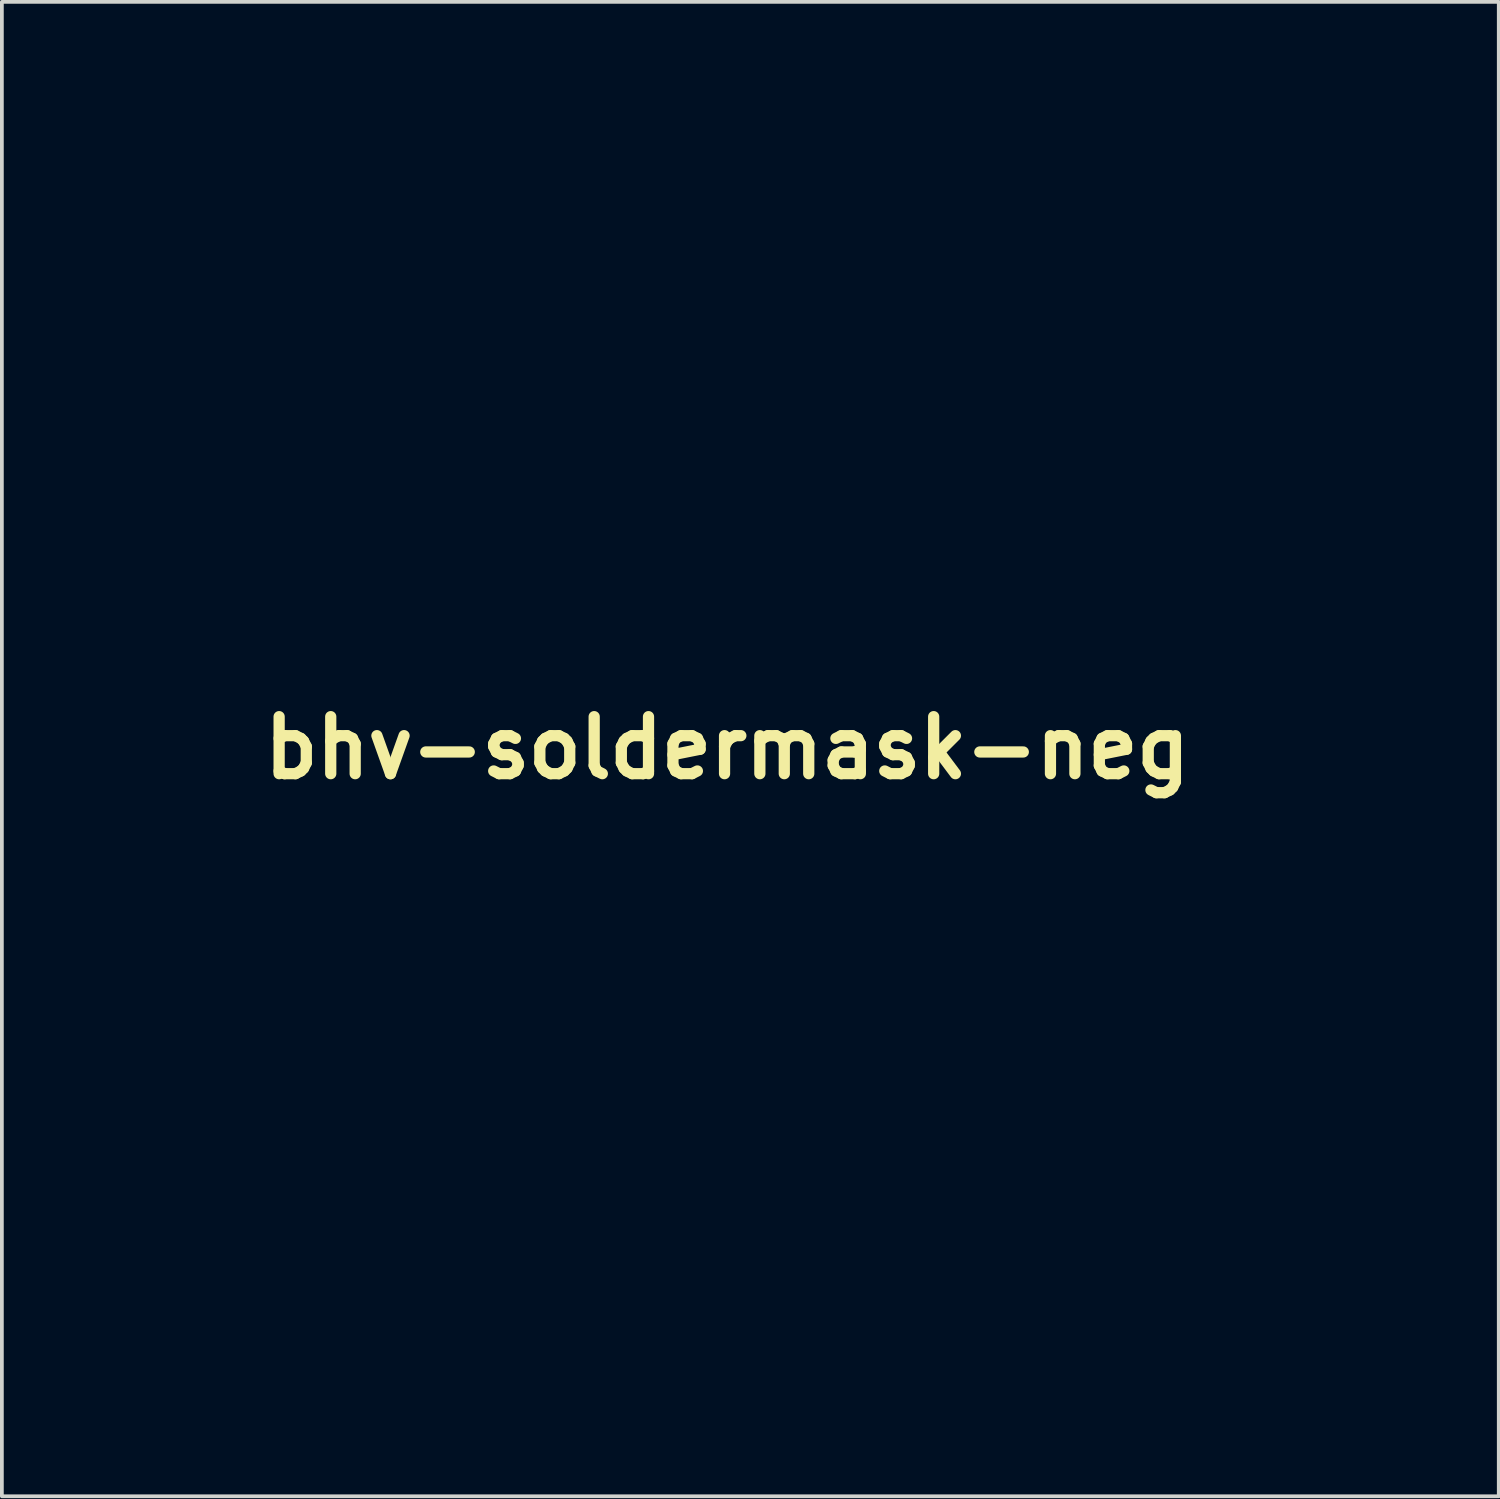
<source format=kicad_pcb>
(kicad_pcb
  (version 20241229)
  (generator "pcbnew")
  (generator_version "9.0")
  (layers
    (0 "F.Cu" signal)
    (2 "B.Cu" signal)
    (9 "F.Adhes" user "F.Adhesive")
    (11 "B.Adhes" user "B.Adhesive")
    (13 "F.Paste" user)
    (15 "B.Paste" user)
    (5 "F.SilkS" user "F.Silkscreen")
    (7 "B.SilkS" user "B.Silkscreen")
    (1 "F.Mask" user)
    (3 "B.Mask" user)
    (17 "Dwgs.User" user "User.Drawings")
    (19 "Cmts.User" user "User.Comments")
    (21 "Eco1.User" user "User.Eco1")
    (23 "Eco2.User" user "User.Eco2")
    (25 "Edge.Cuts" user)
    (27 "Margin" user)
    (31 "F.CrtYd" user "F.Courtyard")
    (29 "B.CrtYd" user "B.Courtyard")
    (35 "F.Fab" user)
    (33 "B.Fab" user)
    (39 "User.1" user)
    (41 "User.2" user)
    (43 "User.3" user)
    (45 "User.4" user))
  (footprint "bhv-soldermask-neg"
    (layer "F.Cu")
    (at 16.383 16.934)
    (property "Reference" "bhv-soldermask-neg" (at 0 0 0) (layer "F.SilkS") (effects (font (size 1.524 1.524) (thickness 0.3))))
    (attr through_hole)
    (fp_poly (pts (xy -12.579 4.353) (xy -12.536 4.446) (xy -12.532 4.496) (xy -12.606 4.536) (xy -12.804 4.613) (xy -13.089 4.716) (xy -13.422 4.831) (xy -13.767 4.946) (xy -14.085 5.048) (xy -14.34 5.124) (xy -14.493 5.163) (xy -14.512 5.165) (xy -14.587 5.098) (xy -14.618 5.034) (xy -14.646 4.905) (xy -14.637 4.874) (xy -14.548 4.838) (xy -14.33 4.764) (xy -14.016 4.662) (xy -13.638 4.542) (xy -13.635 4.541) (xy -13.191 4.408) (xy -12.883 4.333) (xy -12.686 4.315) (xy -12.579 4.353)) (stroke (width 0.01) (type solid)) (fill yes) (layer "F.Mask"))
    (fp_poly (pts (xy -7.703 11.177) (xy -7.69 11.184) (xy -7.635 11.23) (xy -7.628 11.303) (xy -7.681 11.425) (xy -7.808 11.621) (xy -8.021 11.914) (xy -8.184 12.132) (xy -8.429 12.459) (xy -8.635 12.733) (xy -8.781 12.928) (xy -8.848 13.017) (xy -8.849 13.02) (xy -8.908 12.984) (xy -8.97 12.917) (xy -8.999 12.842) (xy -8.971 12.726) (xy -8.875 12.546) (xy -8.698 12.279) (xy -8.46 11.946) (xy -8.197 11.59) (xy -8.01 11.354) (xy -7.878 11.22) (xy -7.782 11.167) (xy -7.703 11.177)) (stroke (width 0.01) (type solid)) (fill yes) (layer "F.Mask"))
    (fp_poly (pts (xy 10.006 -12.827) (xy 10.064 -12.793) (xy 10.092 -12.73) (xy 10.049 -12.603) (xy 9.926 -12.393) (xy 9.712 -12.081) (xy 9.556 -11.866) (xy 9.316 -11.541) (xy 9.11 -11.272) (xy 8.961 -11.087) (xy 8.888 -11.01) (xy 8.886 -11.009) (xy 8.793 -11.058) (xy 8.745 -11.101) (xy 8.733 -11.186) (xy 8.804 -11.351) (xy 8.965 -11.612) (xy 9.226 -11.985) (xy 9.258 -12.029) (xy 9.494 -12.35) (xy 9.694 -12.614) (xy 9.838 -12.795) (xy 9.905 -12.865) (xy 9.906 -12.866) (xy 10.006 -12.827)) (stroke (width 0.01) (type solid)) (fill yes) (layer "F.Mask"))
    (fp_poly (pts (xy 15.713 -5.049) (xy 15.747 -4.996) (xy 15.768 -4.927) (xy 15.733 -4.863) (xy 15.618 -4.793) (xy 15.401 -4.703) (xy 15.058 -4.582) (xy 14.816 -4.501) (xy 14.395 -4.362) (xy 14.106 -4.273) (xy 13.922 -4.231) (xy 13.813 -4.23) (xy 13.751 -4.265) (xy 13.717 -4.317) (xy 13.696 -4.386) (xy 13.731 -4.45) (xy 13.846 -4.52) (xy 14.063 -4.61) (xy 14.406 -4.731) (xy 14.648 -4.813) (xy 15.069 -4.952) (xy 15.358 -5.04) (xy 15.542 -5.083) (xy 15.651 -5.084) (xy 15.713 -5.049)) (stroke (width 0.01) (type solid)) (fill yes) (layer "F.Mask"))
    (fp_poly (pts (xy 14.694 1.795) (xy 15.015 1.831) (xy 15.475 1.895) (xy 15.536 1.904) (xy 15.898 1.956) (xy 16.194 1.997) (xy 16.387 2.023) (xy 16.439 2.029) (xy 16.465 2.1) (xy 16.45 2.201) (xy 16.404 2.299) (xy 16.309 2.348) (xy 16.131 2.352) (xy 15.835 2.315) (xy 15.663 2.287) (xy 15.35 2.239) (xy 14.98 2.188) (xy 14.796 2.164) (xy 14.515 2.12) (xy 14.366 2.065) (xy 14.312 1.983) (xy 14.309 1.941) (xy 14.32 1.859) (xy 14.372 1.808) (xy 14.488 1.787) (xy 14.694 1.795)) (stroke (width 0.01) (type solid)) (fill yes) (layer "F.Mask"))
    (fp_poly (pts (xy 14.922 4.224) (xy 15.36 4.364) (xy 15.656 4.474) (xy 15.831 4.562) (xy 15.908 4.641) (xy 15.917 4.678) (xy 15.895 4.769) (xy 15.815 4.81) (xy 15.652 4.799) (xy 15.383 4.734) (xy 14.986 4.611) (xy 14.859 4.57) (xy 14.529 4.462) (xy 14.269 4.377) (xy 14.113 4.328) (xy 14.085 4.319) (xy 14.058 4.389) (xy 14.018 4.535) (xy 13.929 4.702) (xy 13.819 4.723) (xy 13.716 4.641) (xy 13.719 4.451) (xy 13.829 4.142) (xy 13.83 4.139) (xy 13.928 3.918) (xy 14.922 4.224)) (stroke (width 0.01) (type solid)) (fill yes) (layer "F.Mask"))
    (fp_poly (pts (xy -15.05 -2.333) (xy -14.876 -2.302) (xy -14.591 -2.259) (xy -14.25 -2.21) (xy -14.182 -2.201) (xy -13.744 -2.141) (xy -13.447 -2.093) (xy -13.263 -2.047) (xy -13.166 -1.996) (xy -13.129 -1.929) (xy -13.123 -1.861) (xy -13.125 -1.788) (xy -13.148 -1.74) (xy -13.216 -1.717) (xy -13.356 -1.718) (xy -13.594 -1.743) (xy -13.954 -1.793) (xy -14.33 -1.846) (xy -14.73 -1.906) (xy -14.992 -1.954) (xy -15.145 -2.001) (xy -15.217 -2.059) (xy -15.239 -2.137) (xy -15.24 -2.175) (xy -15.21 -2.32) (xy -15.09 -2.34) (xy -15.05 -2.333)) (stroke (width 0.01) (type solid)) (fill yes) (layer "F.Mask"))
    (fp_poly (pts (xy -14.435 -4.737) (xy -14.145 -4.67) (xy -13.799 -4.567) (xy -13.371 -4.44) (xy -13.077 -4.375) (xy -12.897 -4.371) (xy -12.807 -4.426) (xy -12.785 -4.527) (xy -12.713 -4.633) (xy -12.606 -4.657) (xy -12.478 -4.624) (xy -12.485 -4.508) (xy -12.546 -4.312) (xy -12.59 -4.128) (xy -12.62 -4.013) (xy -12.673 -3.943) (xy -12.774 -3.92) (xy -12.949 -3.944) (xy -13.223 -4.018) (xy -13.623 -4.143) (xy -13.822 -4.207) (xy -14.184 -4.329) (xy -14.477 -4.437) (xy -14.67 -4.518) (xy -14.731 -4.558) (xy -14.704 -4.681) (xy -14.613 -4.74) (xy -14.435 -4.737)) (stroke (width 0.01) (type solid)) (fill yes) (layer "F.Mask"))
    (fp_poly (pts (xy -12.851 -3.425) (xy -12.841 -3.321) (xy -12.872 -3.119) (xy -12.89 -3.044) (xy -12.948 -2.866) (xy -13.033 -2.76) (xy -13.177 -2.719) (xy -13.411 -2.738) (xy -13.765 -2.811) (xy -13.928 -2.849) (xy -14.388 -2.962) (xy -14.707 -3.047) (xy -14.911 -3.113) (xy -15.022 -3.17) (xy -15.066 -3.226) (xy -15.071 -3.258) (xy -15.03 -3.393) (xy -15.005 -3.418) (xy -14.903 -3.415) (xy -14.68 -3.381) (xy -14.378 -3.325) (xy -14.04 -3.254) (xy -13.71 -3.177) (xy -13.43 -3.104) (xy -13.366 -3.085) (xy -13.241 -3.112) (xy -13.174 -3.257) (xy -13.08 -3.426) (xy -12.943 -3.474) (xy -12.851 -3.425)) (stroke (width 0.01) (type solid)) (fill yes) (layer "F.Mask"))
    (fp_poly (pts (xy 14.313 2.762) (xy 14.546 2.797) (xy 14.875 2.858) (xy 15.265 2.94) (xy 15.694 3.039) (xy 15.982 3.117) (xy 16.154 3.185) (xy 16.237 3.251) (xy 16.256 3.316) (xy 16.247 3.4) (xy 16.201 3.448) (xy 16.092 3.459) (xy 15.89 3.432) (xy 15.57 3.368) (xy 15.278 3.304) (xy 14.89 3.218) (xy 14.638 3.167) (xy 14.491 3.15) (xy 14.419 3.169) (xy 14.391 3.224) (xy 14.378 3.315) (xy 14.378 3.317) (xy 14.309 3.483) (xy 14.197 3.54) (xy 14.096 3.47) (xy 14.072 3.328) (xy 14.09 3.112) (xy 14.137 2.899) (xy 14.2 2.768) (xy 14.21 2.76) (xy 14.313 2.762)) (stroke (width 0.01) (type solid)) (fill yes) (layer "F.Mask"))
    (fp_poly (pts (xy 7.942 11.921) (xy 8.071 12.102) (xy 8.24 12.36) (xy 8.428 12.661) (xy 8.615 12.971) (xy 8.778 13.255) (xy 8.896 13.478) (xy 8.936 13.568) (xy 8.901 13.707) (xy 8.703 13.87) (xy 8.695 13.875) (xy 8.479 14.003) (xy 8.362 14.044) (xy 8.301 14.005) (xy 8.269 13.934) (xy 8.297 13.802) (xy 8.405 13.693) (xy 8.525 13.6) (xy 8.534 13.507) (xy 8.44 13.347) (xy 8.299 13.189) (xy 8.14 13.162) (xy 8.083 13.174) (xy 7.924 13.187) (xy 7.874 13.102) (xy 7.874 13.088) (xy 7.941 12.939) (xy 8.001 12.9) (xy 8.063 12.848) (xy 8.052 12.741) (xy 7.96 12.542) (xy 7.907 12.444) (xy 7.772 12.14) (xy 7.75 11.941) (xy 7.843 11.856) (xy 7.876 11.853) (xy 7.942 11.921)) (stroke (width 0.01) (type solid)) (fill yes) (layer "F.Mask"))
    (fp_poly (pts (xy -11.674 6.621) (xy -11.5 6.84) (xy -11.467 6.899) (xy -11.391 7.064) (xy -11.376 7.199) (xy -11.443 7.326) (xy -11.608 7.468) (xy -11.89 7.65) (xy -12.196 7.829) (xy -12.589 8.045) (xy -12.871 8.165) (xy -13.069 8.195) (xy -13.208 8.136) (xy -13.317 7.992) (xy -13.333 7.963) (xy -13.443 7.691) (xy -13.433 7.5) (xy -13.299 7.347) (xy -13.275 7.329) (xy -13.088 7.252) (xy -12.978 7.304) (xy -12.981 7.455) (xy -13.027 7.547) (xy -13.105 7.729) (xy -13.055 7.808) (xy -12.879 7.784) (xy -12.585 7.659) (xy -12.33 7.521) (xy -11.977 7.304) (xy -11.778 7.144) (xy -11.733 7.041) (xy -11.845 6.998) (xy -11.962 7) (xy -12.159 6.964) (xy -12.226 6.85) (xy -12.147 6.702) (xy -12.074 6.645) (xy -11.858 6.559) (xy -11.674 6.621)) (stroke (width 0.01) (type solid)) (fill yes) (layer "F.Mask"))
    (fp_poly (pts (xy -6.988 -13.875) (xy -6.968 -13.829) (xy -6.957 -13.696) (xy -6.991 -13.656) (xy -7.196 -13.557) (xy -7.249 -13.437) (xy -7.167 -13.257) (xy -7.166 -13.257) (xy -7.022 -13.1) (xy -6.855 -13.08) (xy -6.825 -13.086) (xy -6.65 -13.077) (xy -6.564 -12.981) (xy -6.596 -12.853) (xy -6.671 -12.79) (xy -6.746 -12.729) (xy -6.755 -12.64) (xy -6.69 -12.481) (xy -6.587 -12.287) (xy -6.462 -12.043) (xy -6.42 -11.906) (xy -6.452 -11.837) (xy -6.488 -11.818) (xy -6.618 -11.775) (xy -6.648 -11.769) (xy -6.701 -11.837) (xy -6.82 -12.022) (xy -6.986 -12.295) (xy -7.152 -12.572) (xy -7.391 -12.978) (xy -7.551 -13.264) (xy -7.637 -13.455) (xy -7.653 -13.58) (xy -7.606 -13.663) (xy -7.499 -13.733) (xy -7.371 -13.798) (xy -7.157 -13.901) (xy -7.045 -13.925) (xy -6.988 -13.875)) (stroke (width 0.01) (type solid)) (fill yes) (layer "F.Mask"))
    (fp_poly (pts (xy -4.8 -14.819) (xy -4.657 -14.607) (xy -4.645 -14.577) (xy -4.635 -14.404) (xy -4.726 -14.326) (xy -4.867 -14.362) (xy -4.951 -14.446) (xy -5.07 -14.549) (xy -5.162 -14.513) (xy -5.191 -14.412) (xy -5.155 -14.214) (xy -5.049 -13.897) (xy -4.984 -13.727) (xy -4.832 -13.378) (xy -4.702 -13.155) (xy -4.603 -13.067) (xy -4.543 -13.124) (xy -4.53 -13.257) (xy -4.48 -13.455) (xy -4.365 -13.534) (xy -4.233 -13.482) (xy -4.157 -13.356) (xy -4.118 -13.126) (xy -4.214 -12.953) (xy -4.409 -12.824) (xy -4.623 -12.726) (xy -4.761 -12.711) (xy -4.89 -12.77) (xy -4.97 -12.879) (xy -5.086 -13.105) (xy -5.22 -13.405) (xy -5.355 -13.735) (xy -5.474 -14.054) (xy -5.557 -14.316) (xy -5.588 -14.478) (xy -5.504 -14.651) (xy -5.287 -14.794) (xy -5.004 -14.879) (xy -4.8 -14.819)) (stroke (width 0.01) (type solid)) (fill yes) (layer "F.Mask"))
    (fp_poly (pts (xy 9.066 11.156) (xy 9.135 11.246) (xy 9.281 11.443) (xy 9.482 11.717) (xy 9.695 12.009) (xy 10.27 12.801) (xy 10.024 13.001) (xy 9.78 13.166) (xy 9.613 13.194) (xy 9.521 13.117) (xy 9.539 13.007) (xy 9.644 12.899) (xy 9.824 12.773) (xy 9.644 12.52) (xy 9.518 12.36) (xy 9.429 12.324) (xy 9.325 12.393) (xy 9.315 12.403) (xy 9.197 12.491) (xy 9.136 12.453) (xy 9.108 12.388) (xy 9.118 12.212) (xy 9.18 12.144) (xy 9.251 12.065) (xy 9.231 11.961) (xy 9.114 11.785) (xy 8.979 11.619) (xy 8.88 11.575) (xy 8.764 11.63) (xy 8.744 11.643) (xy 8.6 11.721) (xy 8.504 11.683) (xy 8.471 11.647) (xy 8.436 11.553) (xy 8.51 11.447) (xy 8.691 11.311) (xy 8.892 11.194) (xy 9.034 11.147) (xy 9.066 11.156)) (stroke (width 0.01) (type solid)) (fill yes) (layer "F.Mask"))
    (fp_poly (pts (xy 12.214 7.836) (xy 12.412 7.962) (xy 12.69 8.148) (xy 13.019 8.376) (xy 13.039 8.391) (xy 13.443 8.687) (xy 13.702 8.903) (xy 13.818 9.042) (xy 13.819 9.089) (xy 13.612 9.363) (xy 13.482 9.523) (xy 13.403 9.59) (xy 13.351 9.587) (xy 13.305 9.54) (xy 13.263 9.403) (xy 13.336 9.253) (xy 13.409 9.118) (xy 13.364 9.022) (xy 13.252 8.941) (xy 13.025 8.823) (xy 12.884 8.834) (xy 12.814 8.934) (xy 12.744 9.016) (xy 12.65 8.968) (xy 12.579 8.834) (xy 12.617 8.717) (xy 12.646 8.592) (xy 12.561 8.471) (xy 12.444 8.381) (xy 12.188 8.198) (xy 12.042 8.374) (xy 11.883 8.495) (xy 11.782 8.477) (xy 11.727 8.402) (xy 11.763 8.272) (xy 11.866 8.098) (xy 12.001 7.91) (xy 12.103 7.801) (xy 12.126 7.79) (xy 12.214 7.836)) (stroke (width 0.01) (type solid)) (fill yes) (layer "F.Mask"))
    (fp_poly (pts (xy 16.569 0.289) (xy 16.588 0.375) (xy 16.58 0.438) (xy 16.547 0.549) (xy 16.459 0.614) (xy 16.276 0.653) (xy 16.03 0.677) (xy 15.683 0.715) (xy 15.499 0.759) (xy 15.48 0.806) (xy 15.627 0.855) (xy 15.8 0.886) (xy 16.219 0.968) (xy 16.479 1.067) (xy 16.589 1.187) (xy 16.595 1.226) (xy 16.522 1.325) (xy 16.31 1.34) (xy 15.966 1.271) (xy 15.96 1.269) (xy 15.754 1.217) (xy 15.444 1.145) (xy 15.093 1.066) (xy 15.045 1.056) (xy 14.715 0.979) (xy 14.519 0.917) (xy 14.427 0.851) (xy 14.406 0.767) (xy 14.41 0.731) (xy 14.441 0.64) (xy 14.527 0.575) (xy 14.702 0.523) (xy 14.997 0.472) (xy 15.155 0.45) (xy 15.541 0.395) (xy 15.912 0.343) (xy 16.199 0.301) (xy 16.242 0.295) (xy 16.468 0.269) (xy 16.569 0.289)) (stroke (width 0.01) (type solid)) (fill yes) (layer "F.Mask"))
    (fp_poly (pts (xy -14.89 -1.249) (xy -14.56 -1.176) (xy -14.059 -1.058) (xy -13.7 -0.97) (xy -13.459 -0.9) (xy -13.313 -0.842) (xy -13.238 -0.787) (xy -13.211 -0.724) (xy -13.208 -0.676) (xy -13.217 -0.596) (xy -13.261 -0.536) (xy -13.367 -0.489) (xy -13.561 -0.447) (xy -13.869 -0.403) (xy -14.317 -0.348) (xy -14.357 -0.344) (xy -14.793 -0.294) (xy -15.088 -0.267) (xy -15.27 -0.264) (xy -15.366 -0.287) (xy -15.403 -0.338) (xy -15.409 -0.412) (xy -15.331 -0.528) (xy -15.095 -0.612) (xy -14.697 -0.665) (xy -14.276 -0.686) (xy -14.106 -0.693) (xy -14.061 -0.708) (xy -14.155 -0.74) (xy -14.399 -0.795) (xy -14.478 -0.812) (xy -14.881 -0.899) (xy -15.147 -0.961) (xy -15.305 -1.009) (xy -15.382 -1.053) (xy -15.407 -1.101) (xy -15.409 -1.14) (xy -15.391 -1.241) (xy -15.317 -1.292) (xy -15.159 -1.294) (xy -14.89 -1.249)) (stroke (width 0.01) (type solid)) (fill yes) (layer "F.Mask"))
    (fp_poly (pts (xy 10.915 10.855) (xy 11.604 11.628) (xy 11.331 11.91) (xy 11.149 12.079) (xy 11.005 12.179) (xy 10.966 12.192) (xy 10.866 12.135) (xy 10.688 11.984) (xy 10.47 11.771) (xy 10.447 11.748) (xy 10.069 11.342) (xy 9.811 11.035) (xy 9.662 10.815) (xy 9.614 10.668) (xy 9.621 10.628) (xy 9.634 10.61) (xy 10.027 10.61) (xy 10.051 10.75) (xy 10.197 10.983) (xy 10.459 11.303) (xy 10.708 11.575) (xy 10.877 11.729) (xy 10.989 11.783) (xy 11.06 11.76) (xy 11.113 11.677) (xy 11.074 11.556) (xy 10.929 11.357) (xy 10.929 11.357) (xy 10.705 11.096) (xy 10.45 10.827) (xy 10.382 10.76) (xy 10.198 10.595) (xy 10.094 10.542) (xy 10.037 10.588) (xy 10.027 10.61) (xy 9.634 10.61) (xy 9.714 10.503) (xy 9.889 10.34) (xy 9.946 10.295) (xy 10.225 10.082) (xy 10.915 10.855)) (stroke (width 0.01) (type solid)) (fill yes) (layer "F.Mask"))
    (fp_poly (pts (xy -12.06 -9.478) (xy -11.99 -9.383) (xy -12.029 -9.256) (xy -12.07 -9.19) (xy -12.145 -9.047) (xy -12.109 -8.95) (xy -11.976 -8.852) (xy -11.81 -8.76) (xy -11.701 -8.768) (xy -11.604 -8.843) (xy -11.475 -8.93) (xy -11.381 -8.889) (xy -11.359 -8.865) (xy -11.312 -8.731) (xy -11.369 -8.645) (xy -11.41 -8.551) (xy -11.336 -8.436) (xy -11.218 -8.332) (xy -10.964 -8.126) (xy -10.819 -8.303) (xy -10.671 -8.415) (xy -10.547 -8.405) (xy -10.499 -8.284) (xy -10.544 -8.161) (xy -10.651 -7.985) (xy -10.778 -7.818) (xy -10.882 -7.717) (xy -10.907 -7.709) (xy -10.994 -7.757) (xy -11.188 -7.887) (xy -11.46 -8.077) (xy -11.769 -8.299) (xy -12.081 -8.537) (xy -12.333 -8.746) (xy -12.496 -8.905) (xy -12.547 -8.988) (xy -12.482 -9.122) (xy -12.361 -9.314) (xy -12.348 -9.332) (xy -12.213 -9.488) (xy -12.11 -9.51) (xy -12.06 -9.478)) (stroke (width 0.01) (type solid)) (fill yes) (layer "F.Mask"))
    (fp_poly (pts (xy 6.104 12.897) (xy 6.161 12.922) (xy 6.253 13.038) (xy 6.379 13.267) (xy 6.52 13.569) (xy 6.66 13.901) (xy 6.781 14.221) (xy 6.865 14.487) (xy 6.895 14.657) (xy 6.891 14.683) (xy 6.755 14.837) (xy 6.526 14.938) (xy 6.273 14.969) (xy 6.066 14.915) (xy 6.028 14.884) (xy 5.938 14.71) (xy 5.949 14.525) (xy 6.024 14.428) (xy 6.145 14.437) (xy 6.224 14.507) (xy 6.355 14.623) (xy 6.47 14.636) (xy 6.515 14.541) (xy 6.474 14.351) (xy 6.379 14.088) (xy 6.251 13.797) (xy 6.112 13.526) (xy 5.983 13.319) (xy 5.888 13.222) (xy 5.882 13.221) (xy 5.776 13.233) (xy 5.777 13.358) (xy 5.78 13.37) (xy 5.762 13.552) (xy 5.667 13.634) (xy 5.545 13.67) (xy 5.476 13.581) (xy 5.451 13.493) (xy 5.437 13.276) (xy 5.478 13.131) (xy 5.649 12.978) (xy 5.883 12.892) (xy 6.104 12.897)) (stroke (width 0.01) (type solid)) (fill yes) (layer "F.Mask"))
    (fp_poly (pts (xy -8.273 -13.049) (xy -8.238 -12.95) (xy -8.347 -12.834) (xy -8.366 -12.82) (xy -8.554 -12.688) (xy -8.375 -12.437) (xy -8.241 -12.277) (xy -8.141 -12.247) (xy -8.074 -12.287) (xy -7.932 -12.336) (xy -7.827 -12.279) (xy -7.81 -12.163) (xy -7.857 -12.09) (xy -7.946 -11.948) (xy -7.915 -11.784) (xy -7.794 -11.602) (xy -7.674 -11.463) (xy -7.585 -11.45) (xy -7.469 -11.54) (xy -7.335 -11.636) (xy -7.242 -11.608) (xy -7.208 -11.57) (xy -7.172 -11.473) (xy -7.247 -11.358) (xy -7.401 -11.229) (xy -7.586 -11.094) (xy -7.707 -11.015) (xy -7.726 -11.007) (xy -7.785 -11.071) (xy -7.922 -11.248) (xy -8.116 -11.51) (xy -8.349 -11.831) (xy -8.367 -11.855) (xy -8.599 -12.182) (xy -8.791 -12.456) (xy -8.922 -12.65) (xy -8.974 -12.736) (xy -8.975 -12.737) (xy -8.91 -12.798) (xy -8.747 -12.91) (xy -8.672 -12.958) (xy -8.452 -13.072) (xy -8.317 -13.079) (xy -8.273 -13.049)) (stroke (width 0.01) (type solid)) (fill yes) (layer "F.Mask"))
    (fp_poly (pts (xy 15.083 -6.671) (xy 15.138 -6.562) (xy 15.116 -6.482) (xy 14.99 -6.398) (xy 14.753 -6.289) (xy 14.351 -6.113) (xy 14.835 -6.104) (xy 15.125 -6.089) (xy 15.295 -6.044) (xy 15.393 -5.953) (xy 15.416 -5.914) (xy 15.46 -5.819) (xy 15.444 -5.769) (xy 15.338 -5.753) (xy 15.111 -5.765) (xy 14.916 -5.781) (xy 14.319 -5.831) (xy 13.954 -5.375) (xy 13.738 -5.111) (xy 13.598 -4.968) (xy 13.512 -4.931) (xy 13.455 -4.984) (xy 13.427 -5.048) (xy 13.411 -5.158) (xy 13.461 -5.288) (xy 13.597 -5.472) (xy 13.791 -5.694) (xy 13.917 -5.857) (xy 13.909 -5.917) (xy 13.77 -5.873) (xy 13.631 -5.8) (xy 13.379 -5.693) (xy 13.201 -5.694) (xy 13.125 -5.8) (xy 13.124 -5.821) (xy 13.197 -5.917) (xy 13.391 -6.049) (xy 13.668 -6.199) (xy 13.994 -6.353) (xy 14.332 -6.495) (xy 14.646 -6.608) (xy 14.899 -6.678) (xy 15.055 -6.688) (xy 15.083 -6.671)) (stroke (width 0.01) (type solid)) (fill yes) (layer "F.Mask"))
    (fp_poly (pts (xy -12.295 5.097) (xy -12.277 5.212) (xy -12.33 5.339) (xy -12.467 5.536) (xy -12.594 5.688) (xy -12.76 5.887) (xy -12.804 5.979) (xy -12.742 5.974) (xy -12.426 5.848) (xy -12.232 5.778) (xy -12.124 5.758) (xy -12.066 5.782) (xy -12.023 5.841) (xy -11.968 5.956) (xy -11.967 5.984) (xy -12.047 6.024) (xy -12.252 6.119) (xy -12.551 6.254) (xy -12.913 6.416) (xy -12.935 6.426) (xy -13.334 6.602) (xy -13.606 6.713) (xy -13.779 6.768) (xy -13.882 6.773) (xy -13.94 6.736) (xy -13.967 6.694) (xy -13.995 6.593) (xy -13.93 6.506) (xy -13.745 6.405) (xy -13.65 6.363) (xy -13.25 6.186) (xy -13.728 6.183) (xy -14.045 6.161) (xy -14.225 6.088) (xy -14.301 5.946) (xy -14.309 5.846) (xy -14.232 5.819) (xy -14.029 5.809) (xy -13.745 5.82) (xy -13.737 5.821) (xy -13.166 5.861) (xy -12.8 5.427) (xy -12.555 5.167) (xy -12.387 5.056) (xy -12.295 5.097)) (stroke (width 0.01) (type solid)) (fill yes) (layer "F.Mask"))
    (fp_poly (pts (xy -10.925 7.786) (xy -10.901 7.957) (xy -10.936 8.018) (xy -10.998 8.187) (xy -10.928 8.318) (xy -10.76 8.357) (xy -10.718 8.349) (xy -10.537 8.349) (xy -10.463 8.437) (xy -10.429 8.566) (xy -10.433 8.598) (xy -10.513 8.64) (xy -10.71 8.735) (xy -10.988 8.867) (xy -11.309 9.019) (xy -11.637 9.172) (xy -11.937 9.311) (xy -12.171 9.418) (xy -12.304 9.477) (xy -12.32 9.483) (xy -12.383 9.427) (xy -12.451 9.35) (xy -12.482 9.281) (xy -12.457 9.187) (xy -12.361 9.049) (xy -12.233 8.905) (xy -11.811 8.905) (xy -11.493 8.755) (xy -11.296 8.648) (xy -11.185 8.56) (xy -11.176 8.541) (xy -11.224 8.441) (xy -11.352 8.469) (xy -11.539 8.62) (xy -11.565 8.647) (xy -11.811 8.905) (xy -12.233 8.905) (xy -12.177 8.843) (xy -11.891 8.55) (xy -11.782 8.44) (xy -11.45 8.115) (xy -11.215 7.902) (xy -11.06 7.788) (xy -10.966 7.758) (xy -10.925 7.786)) (stroke (width 0.01) (type solid)) (fill yes) (layer "F.Mask"))
    (fp_poly (pts (xy -9.593 -12.047) (xy -9.413 -11.89) (xy -9.181 -11.665) (xy -8.926 -11.399) (xy -8.679 -11.122) (xy -8.527 -10.941) (xy -8.383 -10.721) (xy -8.366 -10.545) (xy -8.486 -10.37) (xy -8.676 -10.21) (xy -8.956 -9.996) (xy -9.538 -10.65) (xy -9.858 -11.009) (xy -10.08 -11.264) (xy -10.214 -11.439) (xy -10.27 -11.558) (xy -10.267 -11.583) (xy -9.83 -11.583) (xy -9.787 -11.461) (xy -9.656 -11.273) (xy -9.422 -10.992) (xy -9.417 -10.986) (xy -9.141 -10.683) (xy -8.948 -10.511) (xy -8.825 -10.464) (xy -8.758 -10.531) (xy -8.743 -10.59) (xy -8.788 -10.704) (xy -8.924 -10.904) (xy -9.127 -11.153) (xy -9.212 -11.249) (xy -9.456 -11.51) (xy -9.617 -11.657) (xy -9.721 -11.707) (xy -9.791 -11.677) (xy -9.801 -11.667) (xy -9.83 -11.583) (xy -10.267 -11.583) (xy -10.26 -11.646) (xy -10.193 -11.728) (xy -10.081 -11.828) (xy -10.061 -11.846) (xy -9.872 -12.002) (xy -9.726 -12.094) (xy -9.691 -12.105) (xy -9.593 -12.047)) (stroke (width 0.01) (type solid)) (fill yes) (layer "F.Mask"))
    (fp_poly (pts (xy -3.272 -15.36) (xy -3.17 -15.25) (xy -3.062 -15.02) (xy -3 -14.829) (xy -2.911 -14.517) (xy -2.828 -14.234) (xy -2.788 -14.106) (xy -2.729 -13.857) (xy -2.709 -13.666) (xy -2.78 -13.464) (xy -2.954 -13.308) (xy -3.179 -13.221) (xy -3.399 -13.225) (xy -3.538 -13.314) (xy -3.61 -13.456) (xy -3.701 -13.71) (xy -3.798 -14.033) (xy -3.89 -14.378) (xy -3.965 -14.7) (xy -3.969 -14.725) (xy -3.574 -14.725) (xy -3.54 -14.443) (xy -3.474 -14.139) (xy -3.387 -13.858) (xy -3.288 -13.647) (xy -3.188 -13.549) (xy -3.173 -13.547) (xy -3.061 -13.582) (xy -3.047 -13.61) (xy -3.069 -13.777) (xy -3.128 -14.028) (xy -3.213 -14.321) (xy -3.307 -14.611) (xy -3.398 -14.855) (xy -3.471 -15.011) (xy -3.506 -15.043) (xy -3.566 -14.94) (xy -3.574 -14.725) (xy -3.969 -14.725) (xy -4.011 -14.956) (xy -4.015 -15.099) (xy -4.014 -15.103) (xy -3.894 -15.224) (xy -3.679 -15.323) (xy -3.443 -15.375) (xy -3.272 -15.36)) (stroke (width 0.01) (type solid)) (fill yes) (layer "F.Mask"))
    (fp_poly (pts (xy 14.258 -8.143) (xy 14.394 -7.976) (xy 14.509 -7.771) (xy 14.562 -7.589) (xy 14.563 -7.576) (xy 14.492 -7.385) (xy 14.354 -7.249) (xy 14.201 -7.162) (xy 14.118 -7.181) (xy 14.059 -7.273) (xy 14.02 -7.414) (xy 14.099 -7.482) (xy 14.2 -7.577) (xy 14.218 -7.704) (xy 14.149 -7.785) (xy 14.118 -7.789) (xy 13.965 -7.744) (xy 13.732 -7.628) (xy 13.464 -7.469) (xy 13.205 -7.296) (xy 12.999 -7.136) (xy 12.891 -7.018) (xy 12.884 -7.001) (xy 12.894 -6.897) (xy 13.009 -6.891) (xy 13.063 -6.903) (xy 13.244 -6.898) (xy 13.333 -6.805) (xy 13.302 -6.679) (xy 13.21 -6.605) (xy 12.968 -6.526) (xy 12.777 -6.593) (xy 12.614 -6.795) (xy 12.497 -6.995) (xy 12.456 -7.111) (xy 12.479 -7.199) (xy 12.511 -7.252) (xy 12.606 -7.331) (xy 12.809 -7.467) (xy 13.083 -7.638) (xy 13.387 -7.819) (xy 13.685 -7.989) (xy 13.936 -8.124) (xy 14.102 -8.202) (xy 14.14 -8.213) (xy 14.258 -8.143)) (stroke (width 0.01) (type solid)) (fill yes) (layer "F.Mask"))
    (fp_poly (pts (xy 13.484 -9.323) (xy 13.528 -9.283) (xy 13.579 -9.217) (xy 13.583 -9.142) (xy 13.525 -9.034) (xy 13.388 -8.872) (xy 13.159 -8.632) (xy 12.904 -8.375) (xy 12.58 -8.057) (xy 12.352 -7.847) (xy 12.199 -7.733) (xy 12.101 -7.697) (xy 12.04 -7.727) (xy 12.037 -7.73) (xy 11.983 -7.855) (xy 12.06 -7.955) (xy 12.131 -8.092) (xy 12.089 -8.232) (xy 11.973 -8.314) (xy 11.85 -8.295) (xy 11.689 -8.283) (xy 11.552 -8.37) (xy 11.515 -8.468) (xy 11.556 -8.5) (xy 12.289 -8.5) (xy 12.298 -8.426) (xy 12.355 -8.326) (xy 12.392 -8.297) (xy 12.456 -8.353) (xy 12.598 -8.496) (xy 12.705 -8.608) (xy 12.996 -8.918) (xy 12.658 -8.72) (xy 12.45 -8.598) (xy 12.314 -8.516) (xy 12.289 -8.5) (xy 11.556 -8.5) (xy 11.586 -8.523) (xy 11.782 -8.634) (xy 12.072 -8.786) (xy 12.427 -8.962) (xy 12.451 -8.973) (xy 12.845 -9.161) (xy 13.116 -9.282) (xy 13.294 -9.343) (xy 13.407 -9.354) (xy 13.484 -9.323)) (stroke (width 0.01) (type solid)) (fill yes) (layer "F.Mask"))
    (fp_poly (pts (xy -13.725 -6.392) (xy -13.444 -6.337) (xy -13.031 -6.241) (xy -12.956 -6.224) (xy -12.508 -6.111) (xy -12.206 -6.021) (xy -12.029 -5.946) (xy -11.959 -5.88) (xy -11.957 -5.85) (xy -12.05 -5.735) (xy -12.186 -5.674) (xy -12.378 -5.585) (xy -12.416 -5.459) (xy -12.327 -5.341) (xy -12.253 -5.21) (xy -12.263 -5.069) (xy -12.35 -4.996) (xy -12.36 -4.995) (xy -12.452 -5.039) (xy -12.655 -5.158) (xy -12.94 -5.335) (xy -13.276 -5.551) (xy -13.282 -5.555) (xy -13.612 -5.775) (xy -13.884 -5.964) (xy -13.885 -5.965) (xy -13.292 -5.965) (xy -13.197 -5.885) (xy -13.081 -5.807) (xy -12.86 -5.666) (xy -12.747 -5.606) (xy -12.706 -5.617) (xy -12.7 -5.689) (xy -12.7 -5.706) (xy -12.772 -5.814) (xy -12.904 -5.875) (xy -13.132 -5.936) (xy -13.264 -5.975) (xy -13.292 -5.965) (xy -13.885 -5.965) (xy -14.068 -6.101) (xy -14.138 -6.168) (xy -14.138 -6.169) (xy -14.097 -6.279) (xy -14.059 -6.346) (xy -14.005 -6.394) (xy -13.903 -6.41) (xy -13.725 -6.392)) (stroke (width 0.01) (type solid)) (fill yes) (layer "F.Mask"))
    (fp_poly (pts (xy -13.379 1.12) (xy -13.244 1.247) (xy -13.178 1.443) (xy -13.163 1.731) (xy -13.268 1.919) (xy -13.51 2.028) (xy -13.692 2.06) (xy -14.223 2.123) (xy -14.612 2.163) (xy -14.883 2.179) (xy -15.059 2.172) (xy -15.167 2.144) (xy -15.219 2.107) (xy -15.296 1.935) (xy -15.322 1.686) (xy -15.295 1.441) (xy -15.223 1.287) (xy -15.053 1.192) (xy -14.875 1.192) (xy -14.753 1.277) (xy -14.732 1.355) (xy -14.785 1.493) (xy -14.859 1.524) (xy -14.962 1.595) (xy -14.986 1.695) (xy -14.949 1.82) (xy -14.81 1.829) (xy -14.796 1.826) (xy -14.614 1.798) (xy -14.329 1.764) (xy -14.029 1.733) (xy -13.711 1.685) (xy -13.526 1.621) (xy -13.482 1.554) (xy -13.587 1.494) (xy -13.828 1.455) (xy -14.041 1.455) (xy -14.13 1.511) (xy -14.139 1.567) (xy -14.201 1.673) (xy -14.287 1.677) (xy -14.405 1.583) (xy -14.436 1.396) (xy -14.426 1.25) (xy -14.368 1.169) (xy -14.221 1.124) (xy -13.97 1.093) (xy -13.61 1.073) (xy -13.379 1.12)) (stroke (width 0.01) (type solid)) (fill yes) (layer "F.Mask"))
    (fp_poly (pts (xy -8.958 10.225) (xy -8.762 10.316) (xy -8.571 10.457) (xy -8.443 10.61) (xy -8.433 10.633) (xy -8.464 10.754) (xy -8.589 10.96) (xy -8.781 11.219) (xy -9.012 11.5) (xy -9.255 11.769) (xy -9.482 11.995) (xy -9.667 12.147) (xy -9.769 12.192) (xy -9.892 12.135) (xy -10.062 11.995) (xy -10.102 11.955) (xy -10.249 11.777) (xy -10.31 11.668) (xy -9.919 11.668) (xy -9.887 11.749) (xy -9.82 11.791) (xy -9.725 11.758) (xy -9.578 11.632) (xy -9.354 11.396) (xy -9.298 11.334) (xy -9.076 11.077) (xy -8.906 10.859) (xy -8.816 10.716) (xy -8.808 10.689) (xy -8.851 10.586) (xy -8.982 10.618) (xy -9.194 10.778) (xy -9.478 11.062) (xy -9.517 11.105) (xy -9.751 11.373) (xy -9.879 11.551) (xy -9.919 11.668) (xy -10.31 11.668) (xy -10.326 11.639) (xy -10.329 11.619) (xy -10.275 11.518) (xy -10.133 11.33) (xy -9.931 11.087) (xy -9.7 10.822) (xy -9.469 10.57) (xy -9.267 10.364) (xy -9.124 10.238) (xy -9.099 10.221) (xy -8.958 10.225)) (stroke (width 0.01) (type solid)) (fill yes) (layer "F.Mask"))
    (fp_poly (pts (xy 8.652 -13.736) (xy 8.869 -13.587) (xy 9.036 -13.441) (xy 9.115 -13.33) (xy 9.114 -13.214) (xy 9.031 -13.028) (xy 9.009 -12.987) (xy 8.882 -12.783) (xy 8.766 -12.654) (xy 8.742 -12.639) (xy 8.648 -12.529) (xy 8.636 -12.458) (xy 8.587 -12.267) (xy 8.466 -12.035) (xy 8.308 -11.812) (xy 8.15 -11.651) (xy 8.043 -11.601) (xy 7.952 -11.641) (xy 7.768 -11.742) (xy 7.646 -11.814) (xy 7.291 -12.026) (xy 7.36 -12.14) (xy 7.789 -12.14) (xy 7.842 -12.035) (xy 7.966 -12.032) (xy 8.108 -12.116) (xy 8.203 -12.247) (xy 8.259 -12.463) (xy 8.212 -12.582) (xy 8.093 -12.58) (xy 7.953 -12.458) (xy 7.835 -12.278) (xy 7.789 -12.14) (xy 7.36 -12.14) (xy 7.847 -12.955) (xy 8.319 -12.955) (xy 8.33 -12.905) (xy 8.419 -12.793) (xy 8.528 -12.844) (xy 8.622 -13) (xy 8.708 -13.231) (xy 8.695 -13.348) (xy 8.597 -13.377) (xy 8.459 -13.305) (xy 8.352 -13.14) (xy 8.319 -12.955) (xy 7.847 -12.955) (xy 8.403 -13.883) (xy 8.652 -13.736)) (stroke (width 0.01) (type solid)) (fill yes) (layer "F.Mask"))
    (fp_poly (pts (xy 4.788 13.425) (xy 4.809 13.445) (xy 4.891 13.587) (xy 4.991 13.844) (xy 5.095 14.171) (xy 5.192 14.521) (xy 5.269 14.85) (xy 5.313 15.112) (xy 5.312 15.261) (xy 5.311 15.262) (xy 5.19 15.38) (xy 4.975 15.468) (xy 4.739 15.506) (xy 4.557 15.475) (xy 4.539 15.464) (xy 4.467 15.347) (xy 4.369 15.111) (xy 4.259 14.799) (xy 4.151 14.456) (xy 4.059 14.126) (xy 3.998 13.854) (xy 3.986 13.762) (xy 4.348 13.762) (xy 4.35 13.864) (xy 4.395 14.022) (xy 4.468 14.281) (xy 4.535 14.52) (xy 4.627 14.839) (xy 4.692 15.028) (xy 4.75 15.121) (xy 4.819 15.152) (xy 4.883 15.155) (xy 4.979 15.098) (xy 4.973 15.007) (xy 4.931 14.853) (xy 4.859 14.592) (xy 4.776 14.287) (xy 4.68 13.971) (xy 4.594 13.792) (xy 4.503 13.721) (xy 4.464 13.716) (xy 4.348 13.762) (xy 3.986 13.762) (xy 3.979 13.703) (xy 4.008 13.572) (xy 4.12 13.478) (xy 4.354 13.391) (xy 4.41 13.375) (xy 4.63 13.346) (xy 4.788 13.425)) (stroke (width 0.01) (type solid)) (fill yes) (layer "F.Mask"))
    (fp_poly (pts (xy 10.973 -12.05) (xy 11.153 -11.912) (xy 11.321 -11.745) (xy 11.421 -11.599) (xy 11.43 -11.561) (xy 11.376 -11.463) (xy 11.231 -11.269) (xy 11.017 -11.007) (xy 10.758 -10.707) (xy 10.477 -10.396) (xy 10.434 -10.351) (xy 10.256 -10.183) (xy 10.113 -10.085) (xy 10.077 -10.075) (xy 9.96 -10.131) (xy 9.786 -10.27) (xy 9.723 -10.33) (xy 9.572 -10.503) (xy 9.517 -10.6) (xy 9.906 -10.6) (xy 9.953 -10.506) (xy 10.086 -10.542) (xy 10.292 -10.7) (xy 10.559 -10.972) (xy 10.605 -11.024) (xy 10.838 -11.311) (xy 10.956 -11.51) (xy 10.972 -11.645) (xy 10.967 -11.659) (xy 10.921 -11.715) (xy 10.839 -11.691) (xy 10.7 -11.572) (xy 10.48 -11.343) (xy 10.406 -11.262) (xy 10.181 -11.003) (xy 10.008 -10.781) (xy 9.915 -10.631) (xy 9.906 -10.6) (xy 9.517 -10.6) (xy 9.498 -10.634) (xy 9.497 -10.662) (xy 9.579 -10.796) (xy 9.745 -11.006) (xy 9.964 -11.26) (xy 10.209 -11.528) (xy 10.448 -11.776) (xy 10.654 -11.974) (xy 10.796 -12.09) (xy 10.835 -12.107) (xy 10.973 -12.05)) (stroke (width 0.01) (type solid)) (fill yes) (layer "F.Mask"))
    (fp_poly (pts (xy -12.739 -8.057) (xy -12.595 -7.938) (xy -12.583 -7.811) (xy -12.688 -7.734) (xy -12.83 -7.74) (xy -13.01 -7.733) (xy -13.069 -7.663) (xy -13.04 -7.565) (xy -12.883 -7.424) (xy -12.587 -7.231) (xy -12.468 -7.161) (xy -12.116 -6.966) (xy -11.883 -6.862) (xy -11.748 -6.844) (xy -11.691 -6.906) (xy -11.685 -6.969) (xy -11.751 -7.08) (xy -11.907 -7.194) (xy -12.087 -7.276) (xy -12.225 -7.29) (xy -12.248 -7.276) (xy -12.373 -7.251) (xy -12.44 -7.278) (xy -12.51 -7.353) (xy -12.479 -7.468) (xy -12.416 -7.571) (xy -12.272 -7.79) (xy -11.83 -7.538) (xy -11.533 -7.34) (xy -11.385 -7.165) (xy -11.362 -7.089) (xy -11.394 -6.901) (xy -11.503 -6.689) (xy -11.648 -6.514) (xy -11.788 -6.437) (xy -11.796 -6.437) (xy -11.908 -6.478) (xy -12.129 -6.587) (xy -12.423 -6.746) (xy -12.643 -6.871) (xy -12.962 -7.063) (xy -13.221 -7.234) (xy -13.389 -7.362) (xy -13.433 -7.411) (xy -13.423 -7.569) (xy -13.336 -7.783) (xy -13.208 -7.983) (xy -13.076 -8.099) (xy -13.071 -8.101) (xy -12.901 -8.106) (xy -12.739 -8.057)) (stroke (width 0.01) (type solid)) (fill yes) (layer "F.Mask"))
    (fp_poly (pts (xy 16.276 -2.093) (xy 16.359 -2.047) (xy 16.414 -1.969) (xy 16.416 -1.964) (xy 16.497 -1.714) (xy 16.495 -1.469) (xy 16.412 -1.299) (xy 16.404 -1.293) (xy 16.185 -1.176) (xy 15.999 -1.17) (xy 15.891 -1.278) (xy 15.888 -1.289) (xy 15.902 -1.442) (xy 16.007 -1.501) (xy 16.142 -1.59) (xy 16.171 -1.669) (xy 16.145 -1.733) (xy 16.044 -1.762) (xy 15.836 -1.76) (xy 15.557 -1.738) (xy 15.149 -1.696) (xy 14.882 -1.654) (xy 14.728 -1.605) (xy 14.66 -1.54) (xy 14.647 -1.476) (xy 14.713 -1.378) (xy 14.884 -1.364) (xy 15.116 -1.432) (xy 15.245 -1.498) (xy 15.435 -1.595) (xy 15.536 -1.576) (xy 15.601 -1.42) (xy 15.62 -1.345) (xy 15.64 -1.2) (xy 15.577 -1.124) (xy 15.391 -1.078) (xy 15.352 -1.071) (xy 14.943 -1.018) (xy 14.666 -1.022) (xy 14.493 -1.089) (xy 14.396 -1.222) (xy 14.391 -1.233) (xy 14.315 -1.512) (xy 14.339 -1.721) (xy 14.476 -1.873) (xy 14.742 -1.978) (xy 15.152 -2.047) (xy 15.506 -2.08) (xy 15.885 -2.105) (xy 16.13 -2.11) (xy 16.276 -2.093)) (stroke (width 0.01) (type solid)) (fill yes) (layer "F.Mask"))
    (fp_poly (pts (xy 13.702 5.129) (xy 13.898 5.235) (xy 14.192 5.417) (xy 14.478 5.599) (xy 14.859 5.848) (xy 15.115 6.026) (xy 15.266 6.152) (xy 15.333 6.245) (xy 15.336 6.322) (xy 15.32 6.358) (xy 15.278 6.433) (xy 15.227 6.48) (xy 15.14 6.496) (xy 14.988 6.48) (xy 14.744 6.43) (xy 14.379 6.343) (xy 14.097 6.275) (xy 13.649 6.159) (xy 13.355 6.062) (xy 13.339 6.054) (xy 14.563 6.054) (xy 14.605 6.096) (xy 14.647 6.054) (xy 14.605 6.011) (xy 14.563 6.054) (xy 13.339 6.054) (xy 13.199 5.98) (xy 13.166 5.925) (xy 13.241 5.821) (xy 13.399 5.773) (xy 13.441 5.758) (xy 13.927 5.758) (xy 13.954 5.848) (xy 14.07 5.922) (xy 14.292 5.992) (xy 14.442 6.002) (xy 14.478 5.971) (xy 14.409 5.892) (xy 14.251 5.81) (xy 14.073 5.752) (xy 13.946 5.745) (xy 13.927 5.758) (xy 13.441 5.758) (xy 13.581 5.71) (xy 13.631 5.58) (xy 13.575 5.42) (xy 13.506 5.365) (xy 13.425 5.286) (xy 13.465 5.159) (xy 13.51 5.102) (xy 13.581 5.088) (xy 13.702 5.129)) (stroke (width 0.01) (type solid)) (fill yes) (layer "F.Mask"))
    (fp_poly (pts (xy -9.984 9.035) (xy -9.966 9.051) (xy -9.933 9.138) (xy -10 9.262) (xy -10.184 9.454) (xy -10.216 9.484) (xy -10.411 9.678) (xy -10.493 9.799) (xy -10.479 9.881) (xy -10.445 9.915) (xy -10.349 9.955) (xy -10.226 9.903) (xy -10.039 9.741) (xy -10 9.704) (xy -9.81 9.526) (xy -9.694 9.456) (xy -9.613 9.478) (xy -9.562 9.531) (xy -9.5 9.642) (xy -9.547 9.745) (xy -9.666 9.853) (xy -9.828 9.99) (xy -10.073 10.203) (xy -10.36 10.456) (xy -10.489 10.57) (xy -10.776 10.82) (xy -10.964 10.963) (xy -11.077 11.014) (xy -11.135 10.986) (xy -11.145 10.967) (xy -11.121 10.808) (xy -10.953 10.576) (xy -10.877 10.496) (xy -10.698 10.301) (xy -10.632 10.187) (xy -10.664 10.126) (xy -10.694 10.112) (xy -10.858 10.133) (xy -11.094 10.276) (xy -11.147 10.318) (xy -11.354 10.472) (xy -11.487 10.518) (xy -11.584 10.477) (xy -11.629 10.406) (xy -11.592 10.309) (xy -11.456 10.157) (xy -11.25 9.967) (xy -10.835 9.597) (xy -10.525 9.33) (xy -10.303 9.153) (xy -10.151 9.053) (xy -10.051 9.018) (xy -9.984 9.035)) (stroke (width 0.01) (type solid)) (fill yes) (layer "F.Mask"))
    (fp_poly (pts (xy 13.114 6.564) (xy 13.353 6.664) (xy 13.651 6.812) (xy 13.97 6.987) (xy 14.269 7.165) (xy 14.506 7.325) (xy 14.642 7.444) (xy 14.653 7.462) (xy 14.666 7.629) (xy 14.548 7.867) (xy 14.536 7.885) (xy 14.342 8.114) (xy 14.162 8.187) (xy 13.97 8.112) (xy 13.947 8.095) (xy 13.839 7.943) (xy 13.868 7.808) (xy 14.009 7.746) (xy 14.106 7.757) (xy 14.279 7.776) (xy 14.32 7.721) (xy 14.241 7.607) (xy 14.052 7.448) (xy 13.766 7.261) (xy 13.684 7.214) (xy 13.395 7.052) (xy 13.166 6.929) (xy 13.033 6.864) (xy 13.016 6.858) (xy 12.952 6.924) (xy 12.924 6.984) (xy 12.955 7.104) (xy 13.095 7.223) (xy 13.284 7.307) (xy 13.463 7.324) (xy 13.498 7.314) (xy 13.628 7.326) (xy 13.689 7.449) (xy 13.663 7.635) (xy 13.635 7.698) (xy 13.576 7.792) (xy 13.506 7.821) (xy 13.382 7.778) (xy 13.161 7.657) (xy 13.106 7.626) (xy 12.856 7.468) (xy 12.666 7.321) (xy 12.595 7.241) (xy 12.584 7.075) (xy 12.663 6.859) (xy 12.797 6.66) (xy 12.95 6.543) (xy 12.976 6.535) (xy 13.114 6.564)) (stroke (width 0.01) (type solid)) (fill yes) (layer "F.Mask"))
    (fp_poly (pts (xy 12.197 -10.917) (xy 12.226 -10.87) (xy 12.228 -10.865) (xy 12.205 -10.705) (xy 12.037 -10.474) (xy 11.969 -10.402) (xy 11.793 -10.212) (xy 11.729 -10.104) (xy 11.762 -10.044) (xy 11.802 -10.025) (xy 11.964 -10.041) (xy 12.185 -10.199) (xy 12.241 -10.251) (xy 12.424 -10.416) (xy 12.537 -10.473) (xy 12.626 -10.437) (xy 12.659 -10.407) (xy 12.699 -10.342) (xy 12.684 -10.261) (xy 12.594 -10.141) (xy 12.414 -9.961) (xy 12.126 -9.701) (xy 12.02 -9.607) (xy 11.669 -9.299) (xy 11.423 -9.091) (xy 11.26 -8.968) (xy 11.159 -8.916) (xy 11.097 -8.92) (xy 11.053 -8.968) (xy 11.047 -8.978) (xy 11.068 -9.09) (xy 11.191 -9.272) (xy 11.31 -9.406) (xy 11.496 -9.613) (xy 11.565 -9.746) (xy 11.534 -9.836) (xy 11.532 -9.838) (xy 11.442 -9.873) (xy 11.311 -9.807) (xy 11.107 -9.625) (xy 11.105 -9.623) (xy 10.912 -9.444) (xy 10.796 -9.373) (xy 10.715 -9.393) (xy 10.664 -9.445) (xy 10.617 -9.533) (xy 10.644 -9.63) (xy 10.766 -9.771) (xy 10.968 -9.957) (xy 11.386 -10.327) (xy 11.695 -10.597) (xy 11.913 -10.778) (xy 12.058 -10.883) (xy 12.146 -10.925) (xy 12.197 -10.917)) (stroke (width 0.01) (type solid)) (fill yes) (layer "F.Mask"))
    (fp_poly (pts (xy 3.249 13.706) (xy 3.309 13.767) (xy 3.363 13.913) (xy 3.42 14.174) (xy 3.483 14.52) (xy 3.567 15.02) (xy 3.616 15.377) (xy 3.631 15.614) (xy 3.612 15.754) (xy 3.559 15.819) (xy 3.488 15.833) (xy 3.365 15.764) (xy 3.213 15.553) (xy 3.049 15.242) (xy 2.911 14.966) (xy 2.803 14.766) (xy 2.743 14.676) (xy 2.738 14.675) (xy 2.741 14.764) (xy 2.779 14.952) (xy 2.789 14.991) (xy 2.885 15.395) (xy 2.928 15.666) (xy 2.917 15.831) (xy 2.854 15.917) (xy 2.796 15.941) (xy 2.659 15.972) (xy 2.624 15.973) (xy 2.61 15.89) (xy 2.573 15.673) (xy 2.519 15.355) (xy 2.455 14.986) (xy 2.375 14.52) (xy 2.324 14.196) (xy 2.301 13.988) (xy 2.307 13.869) (xy 2.341 13.816) (xy 2.403 13.801) (xy 2.454 13.801) (xy 2.577 13.854) (xy 2.722 14.026) (xy 2.904 14.337) (xy 2.922 14.372) (xy 3.056 14.617) (xy 3.147 14.765) (xy 3.182 14.793) (xy 3.178 14.774) (xy 3.134 14.58) (xy 3.084 14.326) (xy 3.036 14.068) (xy 3.002 13.858) (xy 2.99 13.75) (xy 2.991 13.745) (xy 3.075 13.722) (xy 3.171 13.703) (xy 3.249 13.706)) (stroke (width 0.01) (type solid)) (fill yes) (layer "F.Mask"))
    (fp_poly (pts (xy -1.355 -15.776) (xy -1.308 -15.685) (xy -1.262 -15.502) (xy -1.207 -15.198) (xy -1.145 -14.817) (xy -1.073 -14.347) (xy -1.032 -14.02) (xy -1.024 -13.809) (xy -1.047 -13.691) (xy -1.103 -13.64) (xy -1.167 -13.631) (xy -1.304 -13.713) (xy -1.479 -13.955) (xy -1.593 -14.161) (xy -1.735 -14.431) (xy -1.813 -14.563) (xy -1.841 -14.568) (xy -1.834 -14.457) (xy -1.82 -14.351) (xy -1.776 -14.065) (xy -1.732 -13.808) (xy -1.726 -13.78) (xy -1.714 -13.611) (xy -1.789 -13.551) (xy -1.854 -13.547) (xy -2.017 -13.619) (xy -2.072 -13.737) (xy -2.1 -13.885) (xy -2.144 -14.144) (xy -2.198 -14.472) (xy -2.246 -14.774) (xy -1.947 -14.774) (xy -1.905 -14.732) (xy -1.863 -14.774) (xy -1.905 -14.817) (xy -1.947 -14.774) (xy -2.246 -14.774) (xy -2.254 -14.823) (xy -2.306 -15.157) (xy -2.346 -15.428) (xy -2.368 -15.593) (xy -2.371 -15.62) (xy -2.3 -15.655) (xy -2.203 -15.663) (xy -2.079 -15.61) (xy -1.933 -15.437) (xy -1.75 -15.124) (xy -1.733 -15.092) (xy -1.6 -14.853) (xy -1.509 -14.717) (xy -1.476 -14.706) (xy -1.48 -14.732) (xy -1.571 -15.217) (xy -1.589 -15.554) (xy -1.534 -15.742) (xy -1.489 -15.776) (xy -1.412 -15.797) (xy -1.355 -15.776)) (stroke (width 0.01) (type solid)) (fill yes) (layer "F.Mask"))
    (fp_poly (pts (xy 16.042 -3.996) (xy 16.089 -3.849) (xy 15.971 -3.67) (xy 15.69 -3.458) (xy 15.579 -3.392) (xy 15.332 -3.245) (xy 15.159 -3.132) (xy 15.097 -3.078) (xy 15.097 -3.078) (xy 15.184 -3.086) (xy 15.381 -3.135) (xy 15.533 -3.178) (xy 15.889 -3.272) (xy 16.113 -3.295) (xy 16.228 -3.246) (xy 16.256 -3.143) (xy 16.229 -3.061) (xy 16.128 -2.99) (xy 15.925 -2.918) (xy 15.592 -2.833) (xy 15.473 -2.805) (xy 14.977 -2.692) (xy 14.622 -2.614) (xy 14.385 -2.569) (xy 14.242 -2.556) (xy 14.169 -2.572) (xy 14.143 -2.616) (xy 14.139 -2.685) (xy 14.139 -2.693) (xy 14.202 -2.837) (xy 14.399 -3.005) (xy 14.61 -3.136) (xy 14.847 -3.278) (xy 15.005 -3.386) (xy 15.051 -3.435) (xy 14.959 -3.432) (xy 14.755 -3.392) (xy 14.566 -3.345) (xy 14.303 -3.286) (xy 14.107 -3.261) (xy 14.04 -3.269) (xy 13.964 -3.381) (xy 14.03 -3.506) (xy 14.043 -3.514) (xy 15.155 -3.514) (xy 15.198 -3.471) (xy 15.24 -3.514) (xy 15.198 -3.556) (xy 15.155 -3.514) (xy 14.043 -3.514) (xy 14.217 -3.612) (xy 14.287 -3.634) (xy 14.726 -3.746) (xy 15.149 -3.846) (xy 15.524 -3.926) (xy 15.818 -3.98) (xy 16 -4.002) (xy 16.042 -3.996)) (stroke (width 0.01) (type solid)) (fill yes) (layer "F.Mask"))
    (fp_poly (pts (xy -6.853 11.806) (xy -6.644 11.897) (xy -6.44 12.011) (xy -6.297 12.117) (xy -6.265 12.167) (xy -6.307 12.259) (xy -6.416 12.456) (xy -6.574 12.724) (xy -6.759 13.03) (xy -6.95 13.34) (xy -7.126 13.619) (xy -7.267 13.834) (xy -7.352 13.951) (xy -7.366 13.963) (xy -7.456 13.919) (xy -7.634 13.811) (xy -7.726 13.752) (xy -7.919 13.597) (xy -8.032 13.452) (xy -8.043 13.407) (xy -8.025 13.336) (xy -7.68 13.336) (xy -7.665 13.426) (xy -7.613 13.467) (xy -7.486 13.462) (xy -7.341 13.351) (xy -7.229 13.186) (xy -7.199 13.06) (xy -7.247 12.962) (xy -7.368 12.973) (xy -7.514 13.078) (xy -7.59 13.173) (xy -7.68 13.336) (xy -8.025 13.336) (xy -7.998 13.233) (xy -7.887 13.021) (xy -7.748 12.828) (xy -7.619 12.712) (xy -7.579 12.7) (xy -7.502 12.635) (xy -7.507 12.546) (xy -7.5 12.458) (xy -7.178 12.458) (xy -7.177 12.634) (xy -7.091 12.722) (xy -6.983 12.681) (xy -6.859 12.543) (xy -6.759 12.369) (xy -6.724 12.221) (xy -6.734 12.187) (xy -6.857 12.111) (xy -7.011 12.182) (xy -7.079 12.255) (xy -7.178 12.458) (xy -7.5 12.458) (xy -7.492 12.355) (xy -7.39 12.126) (xy -7.241 11.917) (xy -7.079 11.787) (xy -7.008 11.769) (xy -6.853 11.806)) (stroke (width 0.01) (type solid)) (fill yes) (layer "F.Mask"))
    (fp_poly (pts (xy -13.03 2.631) (xy -13.009 2.664) (xy -13.001 2.686) (xy -12.978 2.795) (xy -13.02 2.892) (xy -13.153 3.005) (xy -13.404 3.159) (xy -13.511 3.221) (xy -13.748 3.362) (xy -13.907 3.469) (xy -13.954 3.515) (xy -13.865 3.51) (xy -13.66 3.469) (xy -13.429 3.414) (xy -13.142 3.348) (xy -12.974 3.333) (xy -12.885 3.369) (xy -12.861 3.4) (xy -12.828 3.488) (xy -12.864 3.562) (xy -12.991 3.633) (xy -13.23 3.71) (xy -13.603 3.803) (xy -13.843 3.858) (xy -14.265 3.953) (xy -14.551 4.015) (xy -14.731 4.048) (xy -14.834 4.055) (xy -14.889 4.042) (xy -14.926 4.011) (xy -14.93 4.008) (xy -14.983 3.895) (xy -14.915 3.768) (xy -14.71 3.61) (xy -14.479 3.472) (xy -14.232 3.327) (xy -14.06 3.214) (xy -14.001 3.159) (xy -14.001 3.158) (xy -14.092 3.162) (xy -14.298 3.202) (xy -14.525 3.257) (xy -14.817 3.324) (xy -14.988 3.337) (xy -15.075 3.295) (xy -15.086 3.28) (xy -15.148 3.125) (xy -15.116 3.09) (xy -13.885 3.09) (xy -13.843 3.133) (xy -13.801 3.09) (xy -13.843 3.048) (xy -13.885 3.09) (xy -15.116 3.09) (xy -15.067 3.038) (xy -14.965 3.007) (xy -14.355 2.866) (xy -13.891 2.759) (xy -13.55 2.684) (xy -13.314 2.637) (xy -13.163 2.614) (xy -13.075 2.614) (xy -13.03 2.631)) (stroke (width 0.01) (type solid)) (fill yes) (layer "F.Mask"))
    (fp_poly (pts (xy 1.952 -13.012) (xy 3.352 -12.788) (xy 4.72 -12.41) (xy 6.045 -11.88) (xy 7.317 -11.2) (xy 8.524 -10.372) (xy 9.655 -9.397) (xy 9.865 -9.191) (xy 10.886 -8.057) (xy 11.751 -6.856) (xy 12.46 -5.587) (xy 13.016 -4.249) (xy 13.418 -2.841) (xy 13.667 -1.359) (xy 13.713 -0.885) (xy 13.743 0.501) (xy 13.614 1.902) (xy 13.333 3.296) (xy 12.905 4.661) (xy 12.338 5.974) (xy 11.636 7.212) (xy 11.333 7.662) (xy 10.914 8.203) (xy 10.393 8.796) (xy 9.81 9.4) (xy 9.205 9.976) (xy 8.618 10.483) (xy 8.17 10.825) (xy 7.571 11.212) (xy 6.871 11.607) (xy 6.122 11.984) (xy 5.375 12.318) (xy 4.682 12.584) (xy 4.36 12.687) (xy 3.172 12.976) (xy 1.95 13.165) (xy 0.744 13.247) (xy -0.397 13.219) (xy -0.534 13.207) (xy -1.911 13.004) (xy -3.269 12.661) (xy -4.574 12.189) (xy -5.792 11.599) (xy -6.223 11.347) (xy -7.383 10.543) (xy -8.464 9.609) (xy -9.446 8.569) (xy -10.31 7.443) (xy -11.036 6.253) (xy -11.347 5.63) (xy -11.898 4.24) (xy -12.285 2.822) (xy -12.51 1.386) (xy -12.541 0.675) (xy -12.205 0.675) (xy -12.061 2.138) (xy -11.758 3.553) (xy -11.299 4.911) (xy -10.685 6.207) (xy -9.92 7.433) (xy -9.006 8.582) (xy -8.471 9.148) (xy -7.369 10.134) (xy -6.177 10.978) (xy -4.907 11.677) (xy -3.566 12.225) (xy -2.165 12.618) (xy -1.058 12.811) (xy -0.705 12.84) (xy -0.228 12.856) (xy 0.327 12.859) (xy 0.916 12.85) (xy 1.494 12.831) (xy 2.015 12.802) (xy 2.435 12.764) (xy 2.582 12.744) (xy 3.969 12.448) (xy 5.262 12.026) (xy 6.493 11.466) (xy 7.674 10.769) (xy 8.843 9.901) (xy 9.893 8.914) (xy 10.82 7.816) (xy 11.619 6.612) (xy 12.286 5.31) (xy 12.816 3.914) (xy 13.165 2.625) (xy 13.234 2.212) (xy 13.289 1.674) (xy 13.331 1.053) (xy 13.356 0.394) (xy 13.365 -0.26) (xy 13.355 -0.867) (xy 13.325 -1.383) (xy 13.298 -1.624) (xy 13.01 -3.077) (xy 12.572 -4.466) (xy 11.99 -5.781) (xy 11.273 -7.014) (xy 10.427 -8.154) (xy 9.459 -9.19) (xy 8.377 -10.113) (xy 7.187 -10.912) (xy 6.397 -11.342) (xy 5.341 -11.822) (xy 4.314 -12.184) (xy 3.247 -12.452) (xy 2.752 -12.545) (xy 2.052 -12.633) (xy 1.253 -12.681) (xy 0.404 -12.689) (xy -0.443 -12.66) (xy -1.239 -12.593) (xy -1.932 -12.49) (xy -2.091 -12.457) (xy -3.51 -12.059) (xy -4.852 -11.518) (xy -6.107 -10.843) (xy -7.269 -10.045) (xy -8.328 -9.131) (xy -9.277 -8.113) (xy -10.109 -6.998) (xy -10.813 -5.796) (xy -11.384 -4.517) (xy -11.812 -3.169) (xy -12.09 -1.762) (xy -12.186 -0.829) (xy -12.205 0.675) (xy -12.541 0.675) (xy -12.572 -0.057) (xy -12.474 -1.496) (xy -12.216 -2.919) (xy -11.798 -4.316) (xy -11.223 -5.677) (xy -10.49 -6.99) (xy -10.227 -7.392) (xy -9.579 -8.239) (xy -8.802 -9.081) (xy -7.931 -9.886) (xy -7.003 -10.623) (xy -6.055 -11.26) (xy -5.14 -11.759) (xy -3.746 -12.332) (xy -2.329 -12.743) (xy -0.9 -12.991) (xy 0.531 -13.081) (xy 1.952 -13.012)) (stroke (width 0.01) (type solid)) (fill yes) (layer "F.Mask"))
    (fp_poly (pts (xy 1.453 -16.912) (xy 2.174 -16.873) (xy 2.795 -16.814) (xy 2.885 -16.802) (xy 4.56 -16.485) (xy 6.176 -16.011) (xy 7.724 -15.386) (xy 9.197 -14.616) (xy 10.586 -13.704) (xy 11.884 -12.657) (xy 13.082 -11.479) (xy 14.172 -10.175) (xy 14.842 -9.229) (xy 15.685 -7.798) (xy 16.383 -6.28) (xy 16.936 -4.679) (xy 17.342 -2.996) (xy 17.533 -1.82) (xy 17.586 -1.213) (xy 17.609 -0.485) (xy 17.603 0.316) (xy 17.57 1.144) (xy 17.512 1.954) (xy 17.431 2.698) (xy 17.328 3.331) (xy 17.317 3.387) (xy 16.883 5.053) (xy 16.303 6.644) (xy 15.581 8.151) (xy 14.727 9.569) (xy 13.746 10.889) (xy 12.646 12.104) (xy 11.434 13.208) (xy 10.117 14.193) (xy 8.702 15.052) (xy 7.196 15.777) (xy 5.607 16.363) (xy 4.064 16.774) (xy 3.783 16.832) (xy 3.518 16.878) (xy 3.242 16.914) (xy 2.929 16.94) (xy 2.553 16.959) (xy 2.088 16.972) (xy 1.507 16.982) (xy 0.783 16.989) (xy 0.762 16.989) (xy -0.044 16.993) (xy -0.701 16.99) (xy -1.232 16.979) (xy -1.659 16.96) (xy -2.001 16.931) (xy -2.281 16.893) (xy -2.328 16.884) (xy -4.015 16.494) (xy -5.618 15.956) (xy -7.14 15.269) (xy -8.582 14.434) (xy -9.945 13.449) (xy -11.232 12.313) (xy -11.435 12.113) (xy -12.574 10.867) (xy -13.563 9.554) (xy -14.407 8.164) (xy -15.112 6.687) (xy -15.683 5.115) (xy -16.125 3.437) (xy -16.145 3.344) (xy -16.218 2.995) (xy -16.274 2.693) (xy -16.315 2.409) (xy -16.344 2.112) (xy -16.363 1.772) (xy -16.373 1.358) (xy -16.378 0.84) (xy -16.378 0.188) (xy -16.378 0.085) (xy -16.377 -0.424) (xy -16.077 -0.424) (xy -16.071 0.362) (xy -16.041 1.167) (xy -15.988 1.942) (xy -15.914 2.637) (xy -15.843 3.092) (xy -15.454 4.725) (xy -14.917 6.287) (xy -14.239 7.77) (xy -13.43 9.168) (xy -12.497 10.472) (xy -11.447 11.676) (xy -10.29 12.771) (xy -9.032 13.751) (xy -7.683 14.608) (xy -6.249 15.334) (xy -4.74 15.923) (xy -3.163 16.367) (xy -1.525 16.658) (xy -1.101 16.707) (xy -0.697 16.733) (xy -0.172 16.747) (xy 0.429 16.748) (xy 1.059 16.739) (xy 1.671 16.718) (xy 2.219 16.688) (xy 2.656 16.649) (xy 2.721 16.641) (xy 4.389 16.336) (xy 6.002 15.874) (xy 7.549 15.261) (xy 9.022 14.501) (xy 10.411 13.598) (xy 11.708 12.556) (xy 12.447 11.858) (xy 13.551 10.63) (xy 14.525 9.299) (xy 15.362 7.877) (xy 16.058 6.375) (xy 16.607 4.805) (xy 17.003 3.178) (xy 17.183 2.034) (xy 17.234 1.454) (xy 17.261 0.761) (xy 17.266 0.008) (xy 17.248 -0.748) (xy 17.208 -1.455) (xy 17.149 -2.044) (xy 16.842 -3.72) (xy 16.375 -5.341) (xy 15.752 -6.9) (xy 14.974 -8.393) (xy 14.044 -9.814) (xy 13.291 -10.779) (xy 12.262 -11.883) (xy 11.102 -12.903) (xy 9.834 -13.823) (xy 8.482 -14.631) (xy 7.068 -15.311) (xy 5.616 -15.849) (xy 4.657 -16.117) (xy 3.009 -16.434) (xy 1.358 -16.586) (xy -0.287 -16.577) (xy -1.912 -16.411) (xy -3.509 -16.089) (xy -5.064 -15.616) (xy -6.566 -14.994) (xy -8.005 -14.227) (xy -9.37 -13.318) (xy -10.648 -12.27) (xy -11.261 -11.685) (xy -12.369 -10.454) (xy -13.344 -9.122) (xy -14.181 -7.699) (xy -14.875 -6.196) (xy -15.423 -4.622) (xy -15.818 -2.987) (xy -16.01 -1.743) (xy -16.057 -1.142) (xy -16.077 -0.424) (xy -16.377 -0.424) (xy -16.377 -0.591) (xy -16.372 -1.128) (xy -16.362 -1.556) (xy -16.343 -1.907) (xy -16.315 -2.21) (xy -16.275 -2.497) (xy -16.221 -2.796) (xy -16.15 -3.14) (xy -16.145 -3.161) (xy -15.705 -4.839) (xy -15.121 -6.437) (xy -14.401 -7.949) (xy -13.551 -9.367) (xy -12.578 -10.686) (xy -11.491 -11.899) (xy -10.296 -12.999) (xy -9 -13.98) (xy -7.61 -14.834) (xy -6.134 -15.555) (xy -4.579 -16.137) (xy -2.952 -16.573) (xy -1.357 -16.844) (xy -0.772 -16.896) (xy -0.074 -16.924) (xy 0.686 -16.929) (xy 1.453 -16.912)) (stroke (width 0.01) (type solid)) (fill yes) (layer "F.Mask"))
    (fp_poly (pts (xy -2.897 -9.125) (xy -2.358 -8.351) (xy -1.973 -7.565) (xy -1.732 -6.737) (xy -1.627 -5.839) (xy -1.627 -5.189) (xy -1.65 -4.733) (xy -1.687 -4.369) (xy -1.749 -4.036) (xy -1.848 -3.674) (xy -1.995 -3.22) (xy -2.011 -3.173) (xy -2.214 -2.505) (xy -2.354 -1.89) (xy -2.427 -1.355) (xy -2.428 -0.928) (xy -2.394 -0.735) (xy -2.367 -0.657) (xy -2.331 -0.615) (xy -2.267 -0.622) (xy -2.16 -0.69) (xy -1.992 -0.83) (xy -1.748 -1.054) (xy -1.409 -1.376) (xy -1.107 -1.666) (xy 0.111 -2.834) (xy -0.262 -2.902) (xy -0.599 -2.933) (xy -0.95 -2.924) (xy -1.007 -2.917) (xy -1.234 -2.893) (xy -1.33 -2.913) (xy -1.331 -2.985) (xy -1.326 -3.001) (xy -1.276 -3.163) (xy -1.2 -3.444) (xy -1.11 -3.798) (xy -1.018 -4.179) (xy -0.978 -4.351) (xy -0.922 -4.596) (xy -0.309 -4.544) (xy 0.372 -4.461) (xy 0.959 -4.326) (xy 1.522 -4.12) (xy 1.852 -3.968) (xy 2.498 -3.651) (xy 2.948 -4.09) (xy 3.184 -4.33) (xy 3.379 -4.546) (xy 3.494 -4.693) (xy 3.497 -4.699) (xy 3.541 -4.862) (xy 3.574 -5.159) (xy 3.593 -5.555) (xy 3.597 -5.8) (xy 3.602 -6.232) (xy 3.621 -6.543) (xy 3.661 -6.783) (xy 3.73 -6.999) (xy 3.824 -7.211) (xy 4.209 -7.84) (xy 4.718 -8.357) (xy 5.322 -8.742) (xy 5.614 -8.877) (xy 5.855 -8.959) (xy 6.109 -9.001) (xy 6.437 -9.015) (xy 6.645 -9.015) (xy 7.037 -9.008) (xy 7.322 -8.979) (xy 7.559 -8.918) (xy 7.811 -8.81) (xy 7.916 -8.759) (xy 8.174 -8.615) (xy 8.356 -8.485) (xy 8.424 -8.398) (xy 8.354 -8.321) (xy 8.16 -8.183) (xy 7.87 -8.001) (xy 7.51 -7.792) (xy 7.366 -7.712) (xy 6.308 -7.132) (xy 6.283 -6.443) (xy 6.258 -5.754) (xy 6.664 -5.58) (xy 6.959 -5.459) (xy 7.192 -5.387) (xy 7.402 -5.372) (xy 7.625 -5.419) (xy 7.898 -5.534) (xy 8.259 -5.723) (xy 8.534 -5.875) (xy 8.908 -6.08) (xy 9.229 -6.251) (xy 9.468 -6.373) (xy 9.597 -6.432) (xy 9.609 -6.435) (xy 9.635 -6.357) (xy 9.645 -6.151) (xy 9.639 -5.858) (xy 9.634 -5.779) (xy 9.529 -5.113) (xy 9.29 -4.529) (xy 8.902 -3.994) (xy 8.753 -3.838) (xy 8.371 -3.504) (xy 7.969 -3.263) (xy 7.51 -3.101) (xy 6.956 -3.005) (xy 6.414 -2.965) (xy 5.42 -2.921) (xy 4.309 -1.81) (xy 4.526 -1.434) (xy 4.754 -0.954) (xy 4.957 -0.37) (xy 5.115 0.25) (xy 5.209 0.841) (xy 5.215 0.908) (xy 5.227 1.598) (xy 5.144 2.318) (xy 4.96 3.103) (xy 4.767 3.717) (xy 4.615 4.188) (xy 4.518 4.579) (xy 4.46 4.961) (xy 4.428 5.409) (xy 4.424 5.503) (xy 4.388 6.392) (xy 5.625 5.165) (xy 6.861 3.937) (xy 6.177 3.912) (xy 5.809 3.89) (xy 5.595 3.854) (xy 5.521 3.801) (xy 5.522 3.785) (xy 5.553 3.66) (xy 5.611 3.415) (xy 5.685 3.096) (xy 5.711 2.985) (xy 5.871 2.286) (xy 6.428 2.287) (xy 7.321 2.373) (xy 8.194 2.627) (xy 9.046 3.048) (xy 9.737 3.525) (xy 10.345 4.001) (xy 9.77 4.581) (xy 9.503 4.847) (xy 9.325 5.007) (xy 9.209 5.079) (xy 9.125 5.08) (xy 9.047 5.027) (xy 9.038 5.019) (xy 8.988 4.983) (xy 8.929 4.975) (xy 8.846 5.006) (xy 8.726 5.089) (xy 8.555 5.234) (xy 8.319 5.453) (xy 8.004 5.759) (xy 7.597 6.162) (xy 7.133 6.625) (xy 6.63 7.129) (xy 6.236 7.528) (xy 5.939 7.835) (xy 5.726 8.064) (xy 5.587 8.23) (xy 5.51 8.346) (xy 5.482 8.427) (xy 5.493 8.485) (xy 5.527 8.53) (xy 5.585 8.61) (xy 5.591 8.691) (xy 5.526 8.803) (xy 5.376 8.973) (xy 5.121 9.23) (xy 5.089 9.263) (xy 4.509 9.838) (xy 4.075 9.303) (xy 3.528 8.514) (xy 3.138 7.69) (xy 2.995 7.167) (xy 4.645 7.167) (xy 4.794 7.478) (xy 4.897 7.673) (xy 4.976 7.781) (xy 4.991 7.789) (xy 5.061 7.732) (xy 5.235 7.569) (xy 5.496 7.318) (xy 5.829 6.992) (xy 6.218 6.607) (xy 6.648 6.179) (xy 6.686 6.141) (xy 7.114 5.71) (xy 7.498 5.317) (xy 7.822 4.979) (xy 8.072 4.712) (xy 8.233 4.531) (xy 8.29 4.452) (xy 8.289 4.451) (xy 8.19 4.393) (xy 7.998 4.305) (xy 7.948 4.284) (xy 7.65 4.159) (xy 4.645 7.167) (xy 2.995 7.167) (xy 2.897 6.808) (xy 2.8 5.848) (xy 2.797 5.63) (xy 2.809 5.129) (xy 2.854 4.67) (xy 2.94 4.206) (xy 3.075 3.686) (xy 3.27 3.065) (xy 3.289 3.006) (xy 3.451 2.441) (xy 3.542 1.905) (xy 3.572 1.322) (xy 3.567 0.975) (xy 3.556 0.637) (xy 2.374 1.817) (xy 2.014 2.18) (xy 1.702 2.502) (xy 1.456 2.764) (xy 1.294 2.948) (xy 1.231 3.034) (xy 1.232 3.038) (xy 1.33 3.059) (xy 1.552 3.077) (xy 1.852 3.089) (xy 1.885 3.089) (xy 2.21 3.102) (xy 2.394 3.129) (xy 2.466 3.178) (xy 2.468 3.222) (xy 2.434 3.357) (xy 2.371 3.609) (xy 2.291 3.933) (xy 2.261 4.054) (xy 2.084 4.763) (xy 1.464 4.711) (xy 0.875 4.643) (xy 0.373 4.537) (xy -0.117 4.373) (xy -0.666 4.132) (xy -1.375 3.795) (xy -1.711 4.12) (xy -1.997 4.406) (xy -2.193 4.639) (xy -2.315 4.863) (xy -2.382 5.124) (xy -2.409 5.466) (xy -2.415 5.927) (xy -2.42 6.368) (xy -2.437 6.686) (xy -2.474 6.928) (xy -2.537 7.14) (xy -2.634 7.368) (xy -2.64 7.381) (xy -3.022 8.007) (xy -3.53 8.524) (xy -4.137 8.911) (xy -4.428 9.046) (xy -4.669 9.128) (xy -4.922 9.17) (xy -5.251 9.185) (xy -5.465 9.186) (xy -5.856 9.18) (xy -6.137 9.154) (xy -6.368 9.096) (xy -6.609 8.994) (xy -6.737 8.93) (xy -6.992 8.784) (xy -7.173 8.651) (xy -7.239 8.563) (xy -7.168 8.486) (xy -6.974 8.347) (xy -6.684 8.165) (xy -6.323 7.956) (xy -6.181 7.878) (xy -5.122 7.301) (xy -5.098 6.612) (xy -5.073 5.924) (xy -5.479 5.75) (xy -5.772 5.628) (xy -6.005 5.557) (xy -6.214 5.542) (xy -6.437 5.588) (xy -6.71 5.702) (xy -7.071 5.889) (xy -7.355 6.044) (xy -7.73 6.248) (xy -8.052 6.419) (xy -8.291 6.542) (xy -8.419 6.601) (xy -8.431 6.604) (xy -8.453 6.526) (xy -8.462 6.32) (xy -8.455 6.026) (xy -8.45 5.946) (xy -8.33 5.243) (xy -8.061 4.613) (xy -7.651 4.07) (xy -7.109 3.625) (xy -6.699 3.4) (xy -6.455 3.298) (xy -6.212 3.228) (xy -5.922 3.181) (xy -5.539 3.15) (xy -5.229 3.134) (xy -4.234 3.09) (xy -3.767 2.62) (xy -0.046 2.62) (xy -0.012 2.661) (xy 0.023 2.683) (xy 0.198 2.765) (xy 0.295 2.791) (xy 0.376 2.734) (xy 0.559 2.574) (xy 0.826 2.325) (xy 1.159 2.005) (xy 1.543 1.63) (xy 1.841 1.334) (xy 2.246 0.926) (xy 2.608 0.554) (xy 2.911 0.236) (xy 3.138 -0.01) (xy 3.272 -0.167) (xy 3.302 -0.216) (xy 3.255 -0.349) (xy 3.179 -0.471) (xy 3.137 -0.514) (xy 3.082 -0.526) (xy 3 -0.494) (xy 2.877 -0.408) (xy 2.699 -0.254) (xy 2.451 -0.021) (xy 2.119 0.302) (xy 1.689 0.728) (xy 1.445 0.971) (xy 0.965 1.451) (xy 0.593 1.826) (xy 0.318 2.11) (xy 0.129 2.317) (xy 0.013 2.462) (xy -0.042 2.558) (xy -0.046 2.62) (xy -3.767 2.62) (xy -3.687 2.54) (xy -3.14 1.99) (xy -3.473 1.312) (xy -3.807 0.453) (xy -2.078 0.453) (xy -2.058 0.525) (xy -2.043 0.561) (xy -1.937 0.792) (xy -0.332 -0.81) (xy 0.15 -1.294) (xy 0.523 -1.673) (xy 0.798 -1.961) (xy 0.988 -2.172) (xy 1.103 -2.32) (xy 1.156 -2.418) (xy 1.159 -2.481) (xy 1.128 -2.519) (xy 0.97 -2.606) (xy 0.893 -2.625) (xy 0.811 -2.567) (xy 0.626 -2.405) (xy 0.358 -2.155) (xy 0.023 -1.834) (xy -0.362 -1.457) (xy -0.673 -1.148) (xy -1.13 -0.689) (xy -1.48 -0.334) (xy -1.736 -0.067) (xy -1.911 0.13) (xy -2.018 0.271) (xy -2.069 0.373) (xy -2.078 0.453) (xy -3.807 0.453) (xy -3.821 0.416) (xy -4.016 -0.524) (xy -4.052 -1.477) (xy -3.976 -2.165) (xy -3.909 -2.462) (xy -3.802 -2.858) (xy -3.67 -3.29) (xy -3.583 -3.556) (xy -3.421 -4.066) (xy -3.319 -4.5) (xy -3.26 -4.935) (xy -3.236 -5.271) (xy -3.226 -5.627) (xy -3.231 -5.904) (xy -3.252 -6.067) (xy -3.271 -6.096) (xy -3.351 -6.039) (xy -3.531 -5.879) (xy -3.791 -5.635) (xy -4.111 -5.325) (xy -4.473 -4.967) (xy -4.53 -4.911) (xy -5.713 -3.725) (xy -5.009 -3.725) (xy -4.645 -3.718) (xy -4.429 -3.695) (xy -4.339 -3.651) (xy -4.336 -3.619) (xy -4.368 -3.492) (xy -4.426 -3.246) (xy -4.5 -2.926) (xy -4.526 -2.815) (xy -4.686 -2.117) (xy -5.243 -2.118) (xy -6.099 -2.202) (xy -6.956 -2.442) (xy -7.788 -2.829) (xy -8.568 -3.352) (xy -8.625 -3.398) (xy -9.161 -3.831) (xy -8.706 -4.29) (xy -7.108 -4.29) (xy -6.983 -4.209) (xy -6.787 -4.107) (xy -6.593 -4.02) (xy -6.476 -3.983) (xy -6.395 -4.039) (xy -6.212 -4.2) (xy -5.945 -4.449) (xy -5.611 -4.77) (xy -5.227 -5.146) (xy -4.924 -5.448) (xy -3.458 -6.916) (xy -3.583 -7.215) (xy -3.683 -7.422) (xy -3.772 -7.551) (xy -3.786 -7.563) (xy -3.86 -7.517) (xy -4.033 -7.369) (xy -4.287 -7.138) (xy -4.601 -6.842) (xy -4.958 -6.499) (xy -5.34 -6.128) (xy -5.726 -5.747) (xy -6.099 -5.375) (xy -6.439 -5.03) (xy -6.729 -4.73) (xy -6.949 -4.494) (xy -7.08 -4.341) (xy -7.108 -4.29) (xy -8.706 -4.29) (xy -8.585 -4.411) (xy -8.318 -4.677) (xy -8.14 -4.838) (xy -8.023 -4.91) (xy -7.94 -4.911) (xy -7.862 -4.857) (xy -7.853 -4.849) (xy -7.803 -4.814) (xy -7.743 -4.806) (xy -7.66 -4.837) (xy -7.54 -4.919) (xy -7.369 -5.064) (xy -7.134 -5.284) (xy -6.819 -5.59) (xy -6.412 -5.993) (xy -5.948 -6.456) (xy -5.445 -6.96) (xy -5.051 -7.358) (xy -4.753 -7.665) (xy -4.541 -7.895) (xy -4.402 -8.061) (xy -4.324 -8.177) (xy -4.297 -8.257) (xy -4.308 -8.315) (xy -4.341 -8.361) (xy -4.4 -8.44) (xy -4.405 -8.522) (xy -4.341 -8.634) (xy -4.19 -8.804) (xy -3.935 -9.061) (xy -3.905 -9.091) (xy -3.327 -9.665) (xy -2.897 -9.125)) (stroke (width 0.01) (type solid)) (fill yes) (layer "F.Mask")))
  (gr_rect
    (start -3 -3)
    (end 36.998 36.932)
    (stroke (width 0.1) (type default))
    (fill no)
    (layer "Edge.Cuts")))
</source>
